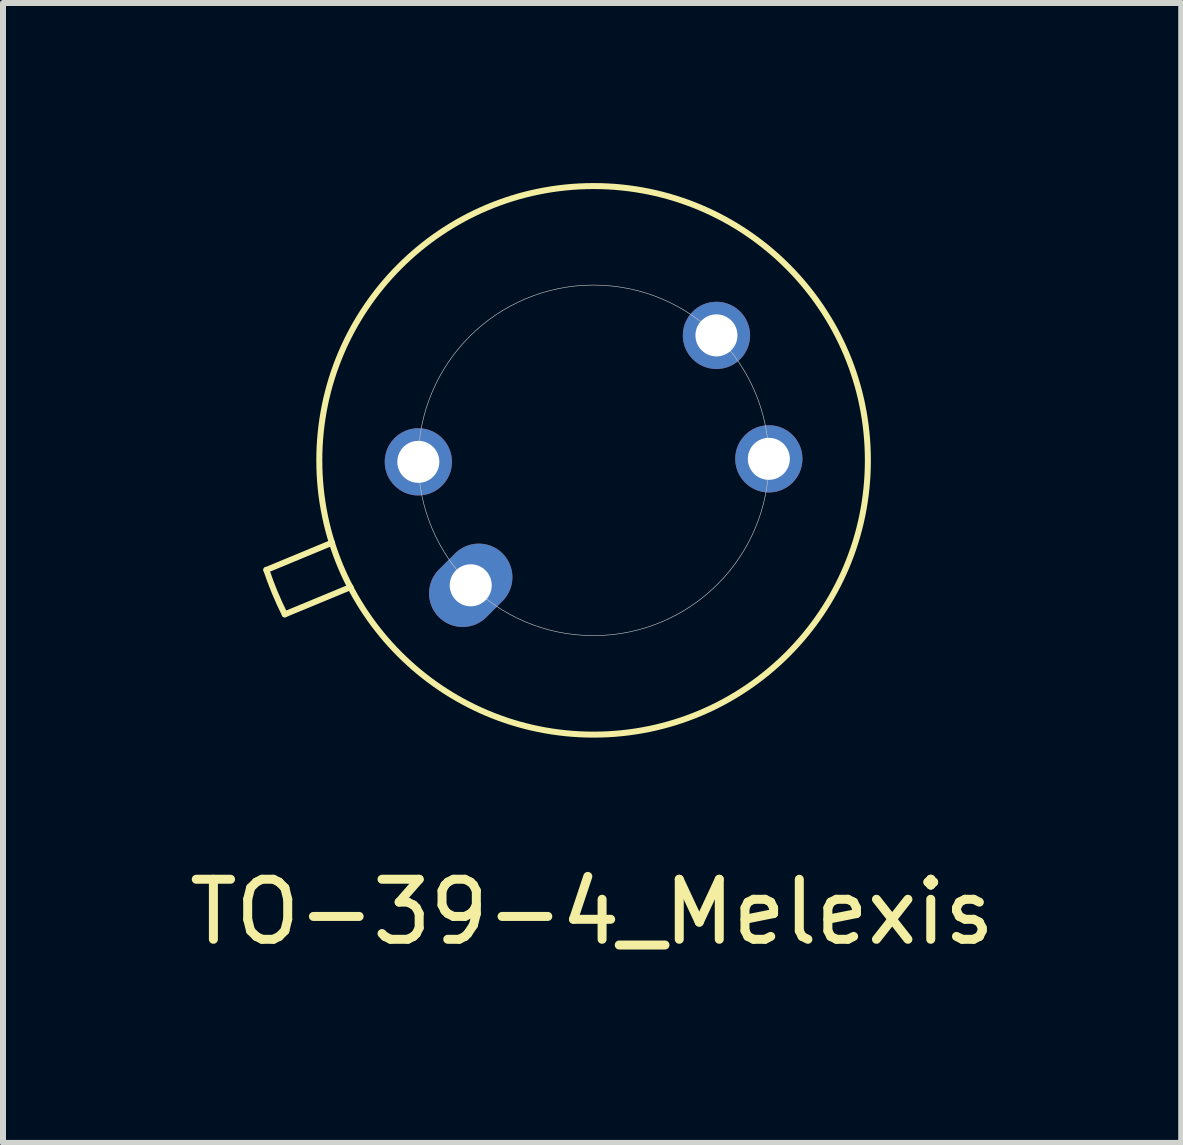
<source format=kicad_pcb>
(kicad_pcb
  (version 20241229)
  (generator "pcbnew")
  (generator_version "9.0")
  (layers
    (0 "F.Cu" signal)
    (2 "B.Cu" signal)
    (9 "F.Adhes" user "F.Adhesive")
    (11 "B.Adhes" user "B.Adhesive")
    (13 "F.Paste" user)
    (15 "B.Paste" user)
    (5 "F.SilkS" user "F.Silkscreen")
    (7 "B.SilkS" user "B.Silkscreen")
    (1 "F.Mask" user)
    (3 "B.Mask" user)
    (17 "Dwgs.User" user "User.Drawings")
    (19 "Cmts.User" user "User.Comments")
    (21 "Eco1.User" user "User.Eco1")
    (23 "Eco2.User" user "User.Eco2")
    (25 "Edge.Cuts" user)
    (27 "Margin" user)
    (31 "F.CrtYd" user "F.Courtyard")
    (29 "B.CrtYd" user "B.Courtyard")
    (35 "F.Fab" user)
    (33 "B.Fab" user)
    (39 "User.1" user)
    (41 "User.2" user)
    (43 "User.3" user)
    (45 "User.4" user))
  (footprint "TO-39-4_Melexis"
    (layer "F.Cu")
    (at 6.84 4.62)
    (property "Reference" "TO-39-4_Melexis" (at -0.025 7.525 0) (layer "F.SilkS") (effects (font (size 1 1) (thickness 0.15))))
    (attr through_hole)
    (fp_line (start -5.146 2.566) (end -4.05 2.112) (stroke (width 0.1) (type solid)) (layer "F.SilkS"))
    (fp_line (start -4.357 1.372) (end -5.452 1.826) (stroke (width 0.1) (type solid)) (layer "F.SilkS"))
    (fp_arc (start -5.145873 2.565637) (mid -5.312308 2.200429) (end -5.452861 1.824501) (stroke (width 0.1) (type solid)) (layer "F.SilkS"))
    (fp_circle (center 0 0) (end 4.222 -1.749) (stroke (width 0.1) (type solid)) (fill no) (layer "F.SilkS"))
    (fp_circle (center 0 0) (end 2.698 -1.117) (stroke (width 0.01) (type solid)) (fill no) (layer "Dwgs.User"))
    (pad "1" thru_hole oval (at -2.047 2.082 45) (size 1.5 1.12) (drill 0.7) (layers "*.Cu" "*.Mask"))
    (pad "2" thru_hole circle (at 2.92 -0.025 22.5) (size 1.12 1.12) (drill 0.7) (layers "*.Cu" "*.Mask"))
    (pad "3" thru_hole circle (at 2.047 -2.082 22.5) (size 1.12 1.12) (drill 0.7) (layers "*.Cu" "*.Mask"))
    (pad "4" thru_hole circle (at -2.92 0.025 22.5) (size 1.12 1.12) (drill 0.7) (layers "*.Cu" "*.Mask")))
  (gr_rect
    (start -3 -3)
    (end 16.631 15.993)
    (stroke (width 0.1) (type default))
    (fill no)
    (layer "Edge.Cuts")))
</source>
